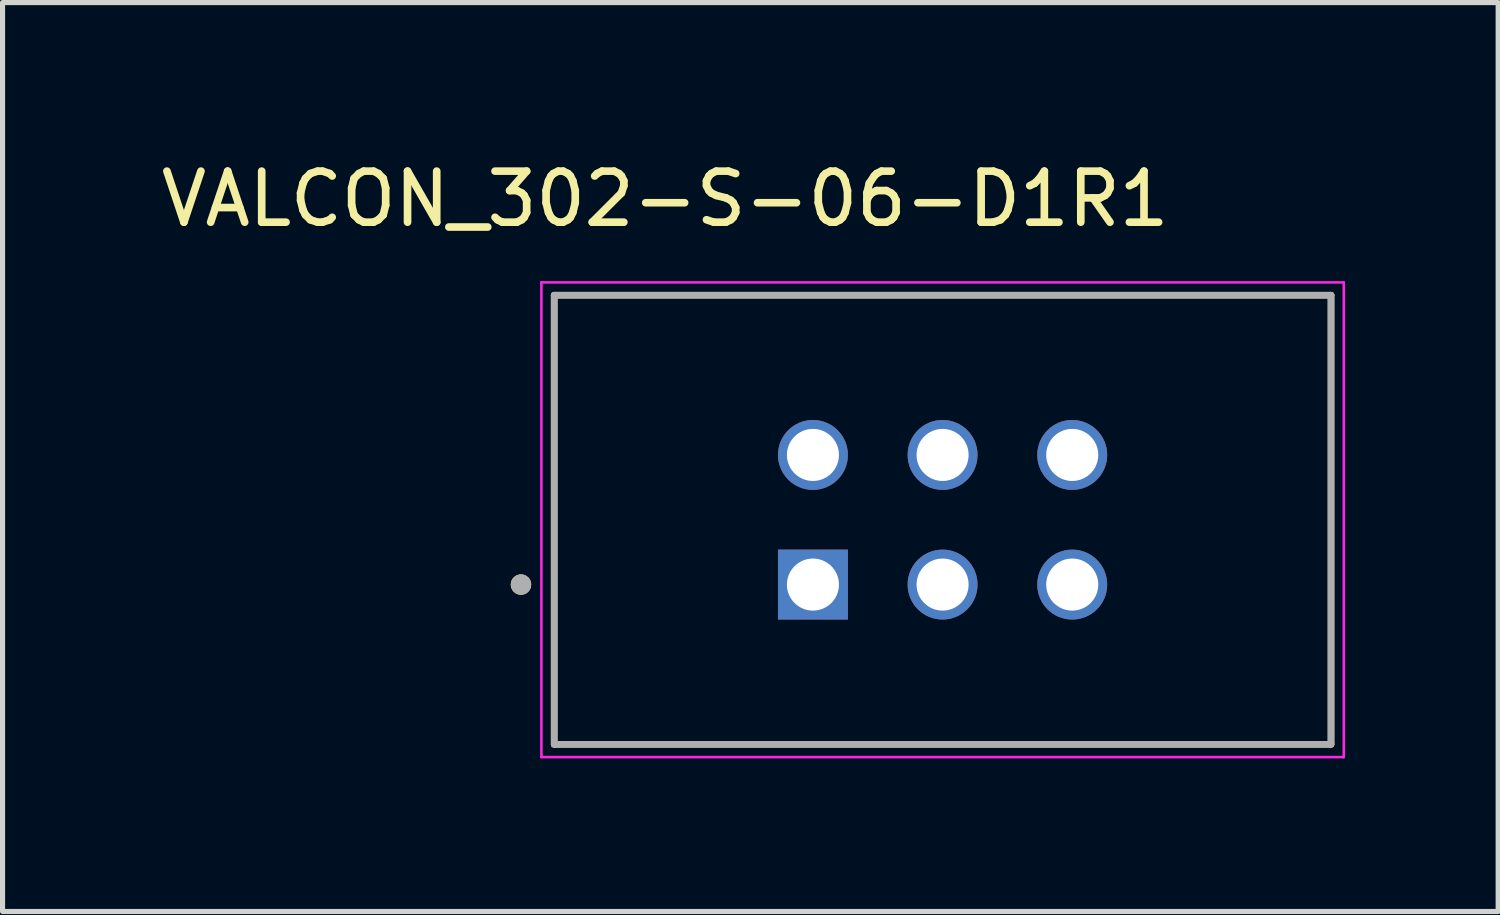
<source format=kicad_pcb>
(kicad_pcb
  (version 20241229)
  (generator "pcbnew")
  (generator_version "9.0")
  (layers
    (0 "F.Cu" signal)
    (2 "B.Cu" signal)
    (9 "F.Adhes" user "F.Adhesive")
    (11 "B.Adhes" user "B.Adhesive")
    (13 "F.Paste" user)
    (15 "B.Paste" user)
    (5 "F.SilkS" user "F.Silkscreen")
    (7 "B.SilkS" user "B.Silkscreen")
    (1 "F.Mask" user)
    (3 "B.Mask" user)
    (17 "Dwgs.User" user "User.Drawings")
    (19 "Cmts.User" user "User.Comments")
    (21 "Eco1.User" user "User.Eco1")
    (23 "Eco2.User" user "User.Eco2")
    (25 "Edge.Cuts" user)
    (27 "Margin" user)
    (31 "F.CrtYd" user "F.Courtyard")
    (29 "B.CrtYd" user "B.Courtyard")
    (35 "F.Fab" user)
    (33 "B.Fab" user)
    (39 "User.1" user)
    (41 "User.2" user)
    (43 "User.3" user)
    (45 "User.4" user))
  (footprint "VALCON_302-S-06-D1R1"
    (layer "F.Cu")
    (at 15.417 7.133)
    (property "Reference" "VALCON_302-S-06-D1R1" (at -5.435 -6.285 0) (layer "F.SilkS") (effects (font (size 1 1) (thickness 0.15))))
    (attr through_hole)
    (fp_line (start -7.61 4.4) (end -7.61 -4.4) (stroke (width 0.127) (type solid)) (layer "F.SilkS"))
    (fp_line (start 7.61 -4.4) (end -7.61 -4.4) (stroke (width 0.127) (type solid)) (layer "F.SilkS"))
    (fp_line (start 7.61 -4.4) (end 7.61 4.4) (stroke (width 0.127) (type solid)) (layer "F.SilkS"))
    (fp_line (start 7.61 4.4) (end -7.61 4.4) (stroke (width 0.127) (type solid)) (layer "F.SilkS"))
    (fp_circle (center -8.26 1.27) (end -8.16 1.27) (stroke (width 0.2) (type solid)) (fill no) (layer "F.SilkS"))
    (fp_line (start -7.86 -4.65) (end 7.86 -4.65) (stroke (width 0.05) (type solid)) (layer "F.CrtYd"))
    (fp_line (start -7.86 4.65) (end -7.86 -4.65) (stroke (width 0.05) (type solid)) (layer "F.CrtYd"))
    (fp_line (start 7.86 -4.65) (end 7.86 4.65) (stroke (width 0.05) (type solid)) (layer "F.CrtYd"))
    (fp_line (start 7.86 4.65) (end -7.86 4.65) (stroke (width 0.05) (type solid)) (layer "F.CrtYd"))
    (fp_line (start -7.61 -4.4) (end 7.61 -4.4) (stroke (width 0.127) (type solid)) (layer "F.Fab"))
    (fp_line (start -7.61 -4.4) (end 7.61 -4.4) (stroke (width 0.127) (type solid)) (layer "F.Fab"))
    (fp_line (start -7.61 4.4) (end -7.61 -4.4) (stroke (width 0.127) (type solid)) (layer "F.Fab"))
    (fp_line (start -7.61 4.4) (end -7.61 -4.4) (stroke (width 0.127) (type solid)) (layer "F.Fab"))
    (fp_line (start 7.61 -4.4) (end 7.61 4.4) (stroke (width 0.127) (type solid)) (layer "F.Fab"))
    (fp_line (start 7.61 -4.4) (end 7.61 4.4) (stroke (width 0.127) (type solid)) (layer "F.Fab"))
    (fp_line (start 7.61 4.4) (end -7.61 4.4) (stroke (width 0.127) (type solid)) (layer "F.Fab"))
    (fp_circle (center -8.26 1.27) (end -8.16 1.27) (stroke (width 0.2) (type solid)) (fill no) (layer "F.Fab"))
    (pad "1" thru_hole rect (at -2.54 1.27) (size 1.37 1.37) (drill 1.02) (layers "*.Cu" "*.Mask"))
    (pad "2" thru_hole circle (at -2.54 -1.27) (size 1.37 1.37) (drill 1.02) (layers "*.Cu" "*.Mask"))
    (pad "3" thru_hole circle (at 0 1.27) (size 1.37 1.37) (drill 1.02) (layers "*.Cu" "*.Mask"))
    (pad "4" thru_hole circle (at 0 -1.27) (size 1.37 1.37) (drill 1.02) (layers "*.Cu" "*.Mask"))
    (pad "5" thru_hole circle (at 2.54 1.27) (size 1.37 1.37) (drill 1.02) (layers "*.Cu" "*.Mask"))
    (pad "6" thru_hole circle (at 2.54 -1.27) (size 1.37 1.37) (drill 1.02) (layers "*.Cu" "*.Mask")))
  (gr_rect
    (start -3 -3)
    (end 26.302 14.808)
    (stroke (width 0.1) (type default))
    (fill no)
    (layer "Edge.Cuts")))
</source>
